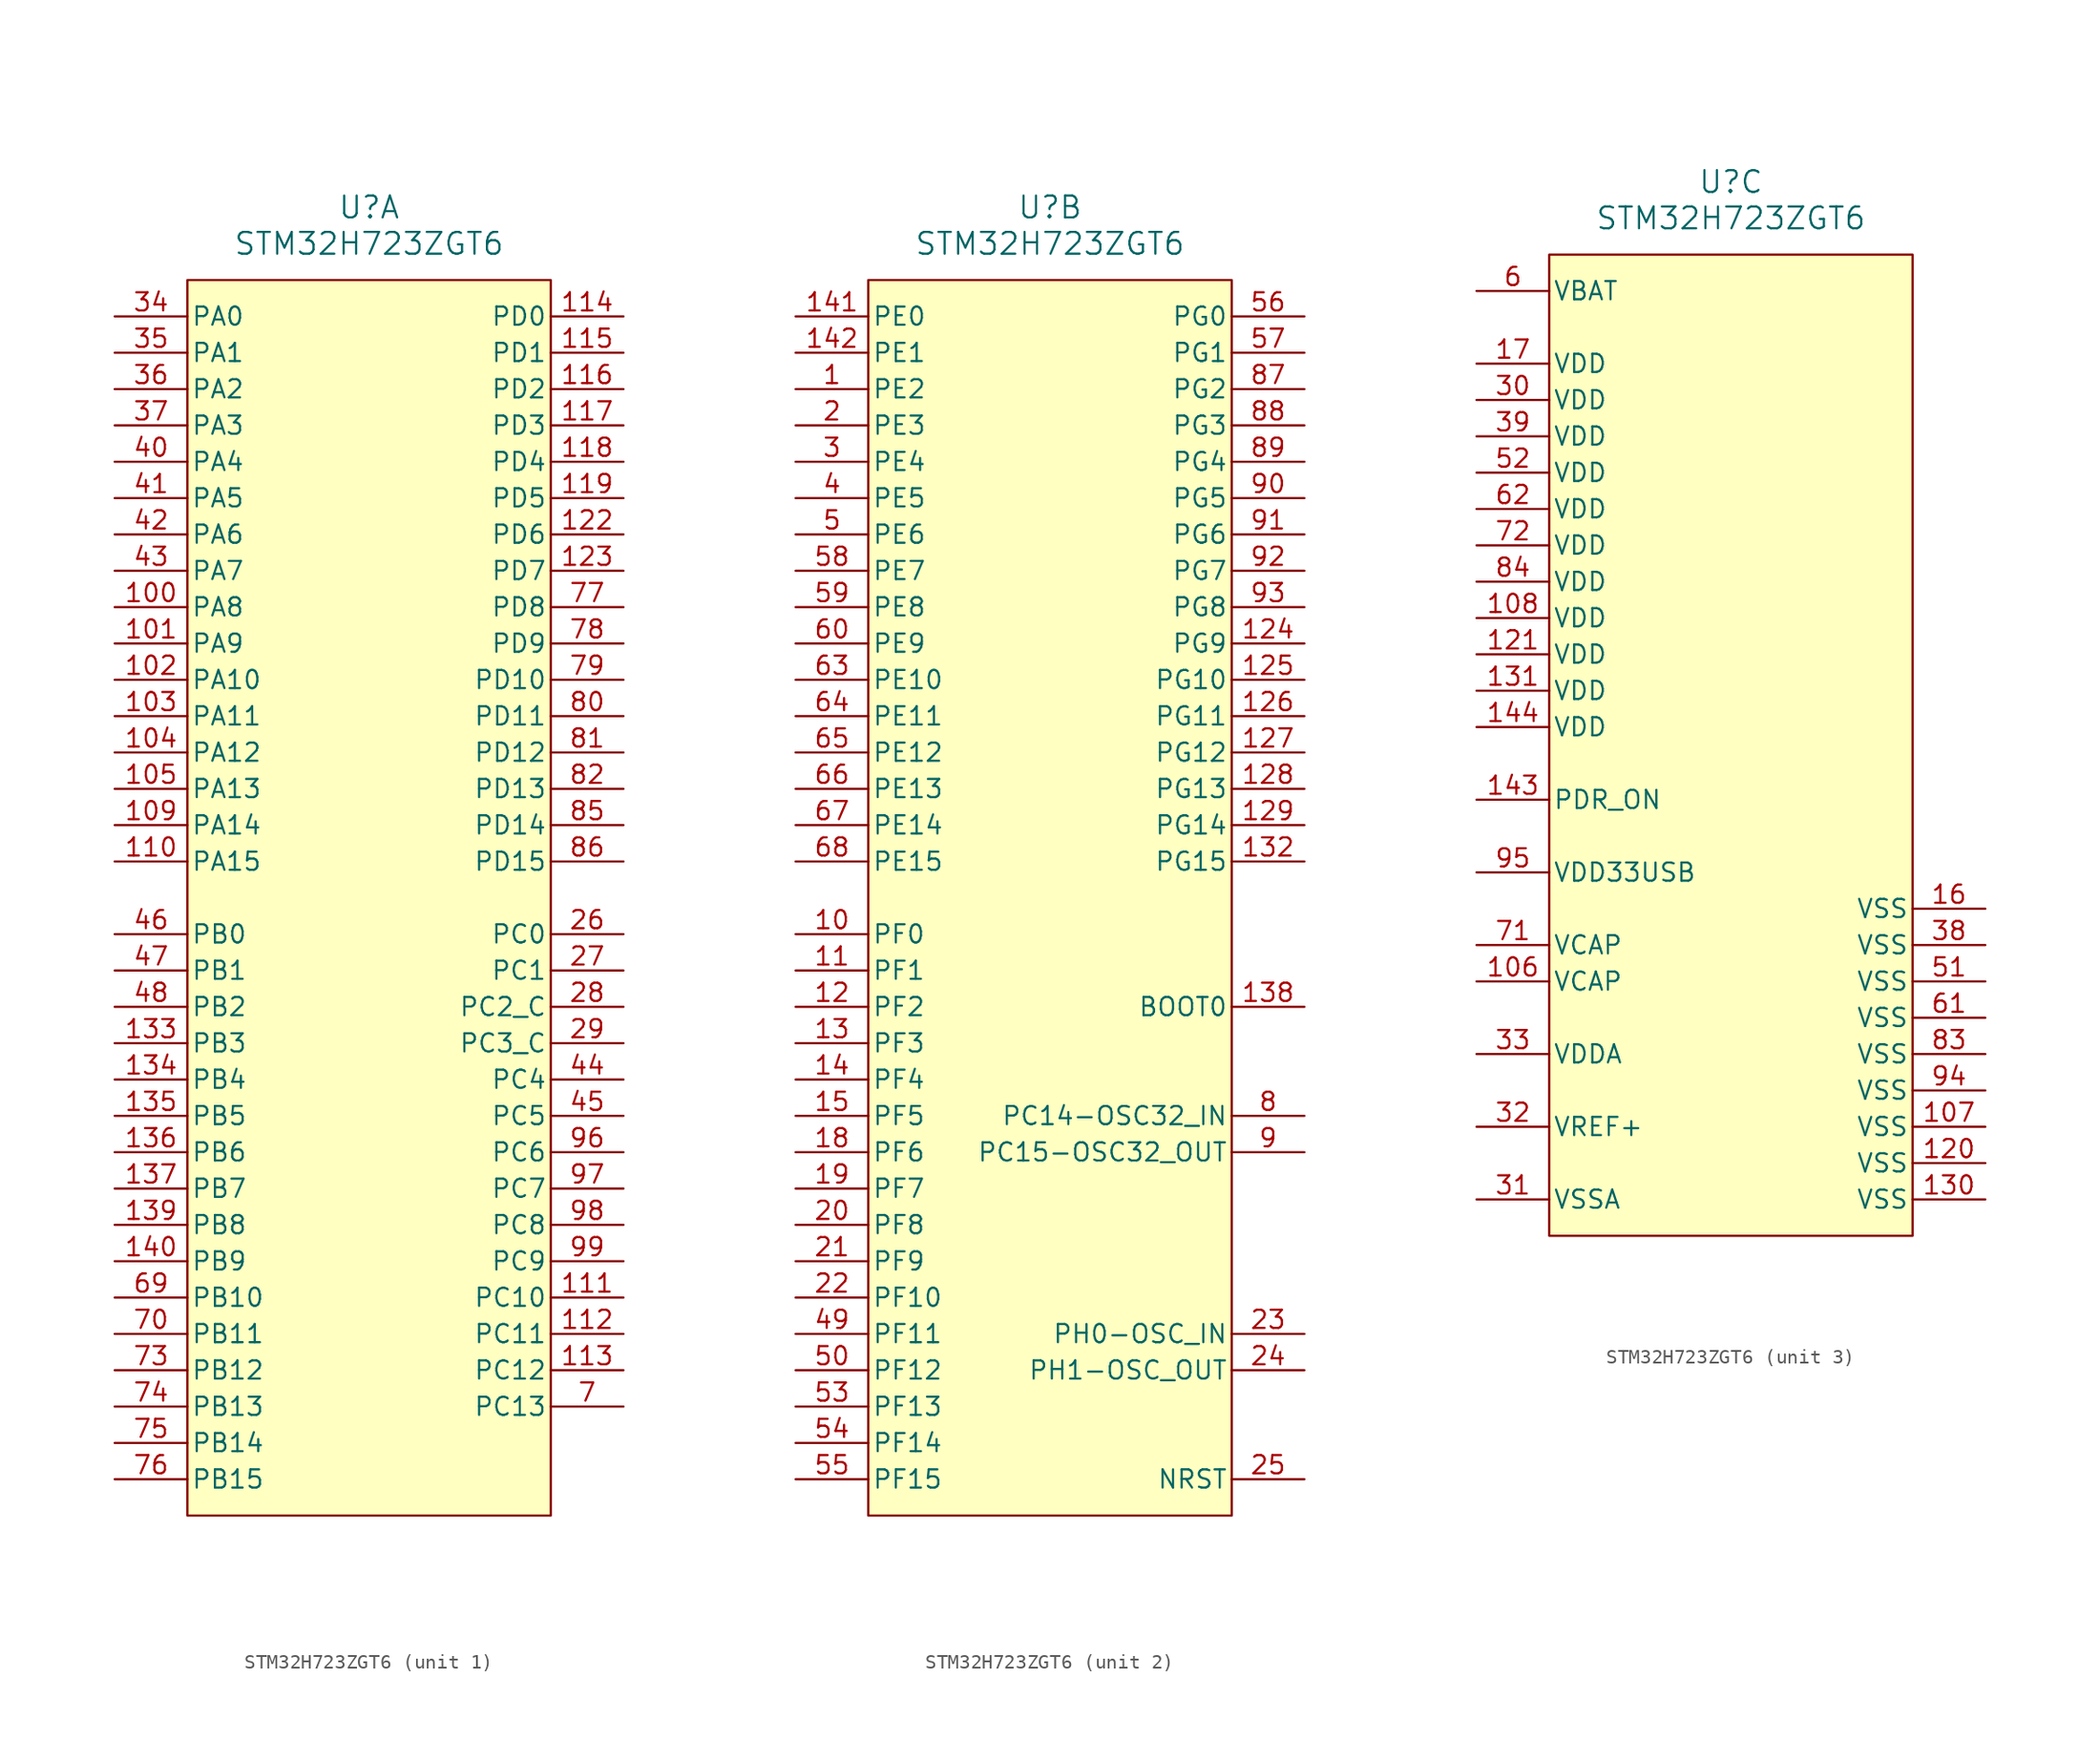
<source format=kicad_sym>
(kicad_symbol_lib
  (version 20220914)
  (generator kicad_symbol_editor)
  (symbol "STM32H723ZGT6"
    (pin_names
      (offset 0.254))
    (property "Reference" "U"
      (at 0 12.7 0)
      (effects (font (size 1.524 1.524))))
    (property "Value" "STM32H723ZGT6"
      (at 0 10.16 0)
      (effects (font (size 1.524 1.524))))
    (property "ki_locked" ""
      (at 0 0 0)
      (effects (font (size 1.27 1.27))))
    (symbol "STM32H723ZGT6_1_1"
      (rectangle (start -12.7 7.62) (end 12.7 -78.74) (stroke (width 0) (type default)) (fill (type background)))
      (pin bidirectional line (at -17.78 -15.24 0) (length 5.08) (name "PA8" (effects (font (size 1.27 1.27)))) (number "100" (effects (font (size 1.27 1.27)))))
      (pin bidirectional line (at -17.78 -17.78 0) (length 5.08) (name "PA9" (effects (font (size 1.27 1.27)))) (number "101" (effects (font (size 1.27 1.27)))))
      (pin bidirectional line (at -17.78 -20.32 0) (length 5.08) (name "PA10" (effects (font (size 1.27 1.27)))) (number "102" (effects (font (size 1.27 1.27)))))
      (pin bidirectional line (at -17.78 -22.86 0) (length 5.08) (name "PA11" (effects (font (size 1.27 1.27)))) (number "103" (effects (font (size 1.27 1.27)))))
      (pin bidirectional line (at -17.78 -25.4 0) (length 5.08) (name "PA12" (effects (font (size 1.27 1.27)))) (number "104" (effects (font (size 1.27 1.27)))))
      (pin bidirectional line (at -17.78 -27.94 0) (length 5.08) (name "PA13" (effects (font (size 1.27 1.27)))) (number "105" (effects (font (size 1.27 1.27)))))
      (pin bidirectional line (at -17.78 -30.48 0) (length 5.08) (name "PA14" (effects (font (size 1.27 1.27)))) (number "109" (effects (font (size 1.27 1.27)))))
      (pin bidirectional line (at -17.78 -33.02 0) (length 5.08) (name "PA15" (effects (font (size 1.27 1.27)))) (number "110" (effects (font (size 1.27 1.27)))))
      (pin bidirectional line (at 17.78 -63.5 180) (length 5.08) (name "PC10" (effects (font (size 1.27 1.27)))) (number "111" (effects (font (size 1.27 1.27)))))
      (pin bidirectional line (at 17.78 -66.04 180) (length 5.08) (name "PC11" (effects (font (size 1.27 1.27)))) (number "112" (effects (font (size 1.27 1.27)))))
      (pin bidirectional line (at 17.78 -68.58 180) (length 5.08) (name "PC12" (effects (font (size 1.27 1.27)))) (number "113" (effects (font (size 1.27 1.27)))))
      (pin bidirectional line (at 17.78 5.08 180) (length 5.08) (name "PD0" (effects (font (size 1.27 1.27)))) (number "114" (effects (font (size 1.27 1.27)))))
      (pin bidirectional line (at 17.78 2.54 180) (length 5.08) (name "PD1" (effects (font (size 1.27 1.27)))) (number "115" (effects (font (size 1.27 1.27)))))
      (pin bidirectional line (at 17.78 0 180) (length 5.08) (name "PD2" (effects (font (size 1.27 1.27)))) (number "116" (effects (font (size 1.27 1.27)))))
      (pin bidirectional line (at 17.78 -2.54 180) (length 5.08) (name "PD3" (effects (font (size 1.27 1.27)))) (number "117" (effects (font (size 1.27 1.27)))))
      (pin bidirectional line (at 17.78 -5.08 180) (length 5.08) (name "PD4" (effects (font (size 1.27 1.27)))) (number "118" (effects (font (size 1.27 1.27)))))
      (pin bidirectional line (at 17.78 -7.62 180) (length 5.08) (name "PD5" (effects (font (size 1.27 1.27)))) (number "119" (effects (font (size 1.27 1.27)))))
      (pin bidirectional line (at 17.78 -10.16 180) (length 5.08) (name "PD6" (effects (font (size 1.27 1.27)))) (number "122" (effects (font (size 1.27 1.27)))))
      (pin bidirectional line (at 17.78 -12.7 180) (length 5.08) (name "PD7" (effects (font (size 1.27 1.27)))) (number "123" (effects (font (size 1.27 1.27)))))
      (pin bidirectional line (at -17.78 -45.72 0) (length 5.08) (name "PB3" (effects (font (size 1.27 1.27)))) (number "133" (effects (font (size 1.27 1.27)))))
      (pin bidirectional line (at -17.78 -48.26 0) (length 5.08) (name "PB4" (effects (font (size 1.27 1.27)))) (number "134" (effects (font (size 1.27 1.27)))))
      (pin bidirectional line (at -17.78 -50.8 0) (length 5.08) (name "PB5" (effects (font (size 1.27 1.27)))) (number "135" (effects (font (size 1.27 1.27)))))
      (pin bidirectional line (at -17.78 -53.34 0) (length 5.08) (name "PB6" (effects (font (size 1.27 1.27)))) (number "136" (effects (font (size 1.27 1.27)))))
      (pin bidirectional line (at -17.78 -55.88 0) (length 5.08) (name "PB7" (effects (font (size 1.27 1.27)))) (number "137" (effects (font (size 1.27 1.27)))))
      (pin bidirectional line (at -17.78 -58.42 0) (length 5.08) (name "PB8" (effects (font (size 1.27 1.27)))) (number "139" (effects (font (size 1.27 1.27)))))
      (pin bidirectional line (at -17.78 -60.96 0) (length 5.08) (name "PB9" (effects (font (size 1.27 1.27)))) (number "140" (effects (font (size 1.27 1.27)))))
      (pin bidirectional line (at 17.78 -38.1 180) (length 5.08) (name "PC0" (effects (font (size 1.27 1.27)))) (number "26" (effects (font (size 1.27 1.27)))))
      (pin bidirectional line (at 17.78 -40.64 180) (length 5.08) (name "PC1" (effects (font (size 1.27 1.27)))) (number "27" (effects (font (size 1.27 1.27)))))
      (pin bidirectional line (at 17.78 -43.18 180) (length 5.08) (name "PC2_C" (effects (font (size 1.27 1.27)))) (number "28" (effects (font (size 1.27 1.27)))))
      (pin bidirectional line (at 17.78 -45.72 180) (length 5.08) (name "PC3_C" (effects (font (size 1.27 1.27)))) (number "29" (effects (font (size 1.27 1.27)))))
      (pin bidirectional line (at -17.78 5.08 0) (length 5.08) (name "PA0" (effects (font (size 1.27 1.27)))) (number "34" (effects (font (size 1.27 1.27)))))
      (pin bidirectional line (at -17.78 2.54 0) (length 5.08) (name "PA1" (effects (font (size 1.27 1.27)))) (number "35" (effects (font (size 1.27 1.27)))))
      (pin bidirectional line (at -17.78 0 0) (length 5.08) (name "PA2" (effects (font (size 1.27 1.27)))) (number "36" (effects (font (size 1.27 1.27)))))
      (pin bidirectional line (at -17.78 -2.54 0) (length 5.08) (name "PA3" (effects (font (size 1.27 1.27)))) (number "37" (effects (font (size 1.27 1.27)))))
      (pin bidirectional line (at -17.78 -5.08 0) (length 5.08) (name "PA4" (effects (font (size 1.27 1.27)))) (number "40" (effects (font (size 1.27 1.27)))))
      (pin bidirectional line (at -17.78 -7.62 0) (length 5.08) (name "PA5" (effects (font (size 1.27 1.27)))) (number "41" (effects (font (size 1.27 1.27)))))
      (pin bidirectional line (at -17.78 -10.16 0) (length 5.08) (name "PA6" (effects (font (size 1.27 1.27)))) (number "42" (effects (font (size 1.27 1.27)))))
      (pin bidirectional line (at -17.78 -12.7 0) (length 5.08) (name "PA7" (effects (font (size 1.27 1.27)))) (number "43" (effects (font (size 1.27 1.27)))))
      (pin bidirectional line (at 17.78 -48.26 180) (length 5.08) (name "PC4" (effects (font (size 1.27 1.27)))) (number "44" (effects (font (size 1.27 1.27)))))
      (pin bidirectional line (at 17.78 -50.8 180) (length 5.08) (name "PC5" (effects (font (size 1.27 1.27)))) (number "45" (effects (font (size 1.27 1.27)))))
      (pin bidirectional line (at -17.78 -38.1 0) (length 5.08) (name "PB0" (effects (font (size 1.27 1.27)))) (number "46" (effects (font (size 1.27 1.27)))))
      (pin bidirectional line (at -17.78 -40.64 0) (length 5.08) (name "PB1" (effects (font (size 1.27 1.27)))) (number "47" (effects (font (size 1.27 1.27)))))
      (pin bidirectional line (at -17.78 -43.18 0) (length 5.08) (name "PB2" (effects (font (size 1.27 1.27)))) (number "48" (effects (font (size 1.27 1.27)))))
      (pin bidirectional line (at -17.78 -63.5 0) (length 5.08) (name "PB10" (effects (font (size 1.27 1.27)))) (number "69" (effects (font (size 1.27 1.27)))))
      (pin bidirectional line (at 17.78 -71.12 180) (length 5.08) (name "PC13" (effects (font (size 1.27 1.27)))) (number "7" (effects (font (size 1.27 1.27)))))
      (pin bidirectional line (at -17.78 -66.04 0) (length 5.08) (name "PB11" (effects (font (size 1.27 1.27)))) (number "70" (effects (font (size 1.27 1.27)))))
      (pin bidirectional line (at -17.78 -68.58 0) (length 5.08) (name "PB12" (effects (font (size 1.27 1.27)))) (number "73" (effects (font (size 1.27 1.27)))))
      (pin bidirectional line (at -17.78 -71.12 0) (length 5.08) (name "PB13" (effects (font (size 1.27 1.27)))) (number "74" (effects (font (size 1.27 1.27)))))
      (pin bidirectional line (at -17.78 -73.66 0) (length 5.08) (name "PB14" (effects (font (size 1.27 1.27)))) (number "75" (effects (font (size 1.27 1.27)))))
      (pin bidirectional line (at -17.78 -76.2 0) (length 5.08) (name "PB15" (effects (font (size 1.27 1.27)))) (number "76" (effects (font (size 1.27 1.27)))))
      (pin bidirectional line (at 17.78 -15.24 180) (length 5.08) (name "PD8" (effects (font (size 1.27 1.27)))) (number "77" (effects (font (size 1.27 1.27)))))
      (pin bidirectional line (at 17.78 -17.78 180) (length 5.08) (name "PD9" (effects (font (size 1.27 1.27)))) (number "78" (effects (font (size 1.27 1.27)))))
      (pin bidirectional line (at 17.78 -20.32 180) (length 5.08) (name "PD10" (effects (font (size 1.27 1.27)))) (number "79" (effects (font (size 1.27 1.27)))))
      (pin bidirectional line (at 17.78 -22.86 180) (length 5.08) (name "PD11" (effects (font (size 1.27 1.27)))) (number "80" (effects (font (size 1.27 1.27)))))
      (pin bidirectional line (at 17.78 -25.4 180) (length 5.08) (name "PD12" (effects (font (size 1.27 1.27)))) (number "81" (effects (font (size 1.27 1.27)))))
      (pin bidirectional line (at 17.78 -27.94 180) (length 5.08) (name "PD13" (effects (font (size 1.27 1.27)))) (number "82" (effects (font (size 1.27 1.27)))))
      (pin bidirectional line (at 17.78 -30.48 180) (length 5.08) (name "PD14" (effects (font (size 1.27 1.27)))) (number "85" (effects (font (size 1.27 1.27)))))
      (pin bidirectional line (at 17.78 -33.02 180) (length 5.08) (name "PD15" (effects (font (size 1.27 1.27)))) (number "86" (effects (font (size 1.27 1.27)))))
      (pin bidirectional line (at 17.78 -53.34 180) (length 5.08) (name "PC6" (effects (font (size 1.27 1.27)))) (number "96" (effects (font (size 1.27 1.27)))))
      (pin bidirectional line (at 17.78 -55.88 180) (length 5.08) (name "PC7" (effects (font (size 1.27 1.27)))) (number "97" (effects (font (size 1.27 1.27)))))
      (pin bidirectional line (at 17.78 -58.42 180) (length 5.08) (name "PC8" (effects (font (size 1.27 1.27)))) (number "98" (effects (font (size 1.27 1.27)))))
      (pin bidirectional line (at 17.78 -60.96 180) (length 5.08) (name "PC9" (effects (font (size 1.27 1.27)))) (number "99" (effects (font (size 1.27 1.27))))))
    (symbol "STM32H723ZGT6_2_1"
      (rectangle (start -12.7 7.62) (end 12.7 -78.74) (stroke (width 0) (type default)) (fill (type background)))
      (pin bidirectional line (at -17.78 0 0) (length 5.08) (name "PE2" (effects (font (size 1.27 1.27)))) (number "1" (effects (font (size 1.27 1.27)))))
      (pin bidirectional line (at -17.78 -38.1 0) (length 5.08) (name "PF0" (effects (font (size 1.27 1.27)))) (number "10" (effects (font (size 1.27 1.27)))))
      (pin bidirectional line (at -17.78 -40.64 0) (length 5.08) (name "PF1" (effects (font (size 1.27 1.27)))) (number "11" (effects (font (size 1.27 1.27)))))
      (pin bidirectional line (at -17.78 -43.18 0) (length 5.08) (name "PF2" (effects (font (size 1.27 1.27)))) (number "12" (effects (font (size 1.27 1.27)))))
      (pin bidirectional line (at 17.78 -17.78 180) (length 5.08) (name "PG9" (effects (font (size 1.27 1.27)))) (number "124" (effects (font (size 1.27 1.27)))))
      (pin bidirectional line (at 17.78 -20.32 180) (length 5.08) (name "PG10" (effects (font (size 1.27 1.27)))) (number "125" (effects (font (size 1.27 1.27)))))
      (pin bidirectional line (at 17.78 -22.86 180) (length 5.08) (name "PG11" (effects (font (size 1.27 1.27)))) (number "126" (effects (font (size 1.27 1.27)))))
      (pin bidirectional line (at 17.78 -25.4 180) (length 5.08) (name "PG12" (effects (font (size 1.27 1.27)))) (number "127" (effects (font (size 1.27 1.27)))))
      (pin bidirectional line (at 17.78 -27.94 180) (length 5.08) (name "PG13" (effects (font (size 1.27 1.27)))) (number "128" (effects (font (size 1.27 1.27)))))
      (pin bidirectional line (at 17.78 -30.48 180) (length 5.08) (name "PG14" (effects (font (size 1.27 1.27)))) (number "129" (effects (font (size 1.27 1.27)))))
      (pin bidirectional line (at -17.78 -45.72 0) (length 5.08) (name "PF3" (effects (font (size 1.27 1.27)))) (number "13" (effects (font (size 1.27 1.27)))))
      (pin bidirectional line (at 17.78 -33.02 180) (length 5.08) (name "PG15" (effects (font (size 1.27 1.27)))) (number "132" (effects (font (size 1.27 1.27)))))
      (pin input line (at 17.78 -43.18 180) (length 5.08) (name "BOOT0" (effects (font (size 1.27 1.27)))) (number "138" (effects (font (size 1.27 1.27)))))
      (pin bidirectional line (at -17.78 -48.26 0) (length 5.08) (name "PF4" (effects (font (size 1.27 1.27)))) (number "14" (effects (font (size 1.27 1.27)))))
      (pin bidirectional line (at -17.78 5.08 0) (length 5.08) (name "PE0" (effects (font (size 1.27 1.27)))) (number "141" (effects (font (size 1.27 1.27)))))
      (pin bidirectional line (at -17.78 2.54 0) (length 5.08) (name "PE1" (effects (font (size 1.27 1.27)))) (number "142" (effects (font (size 1.27 1.27)))))
      (pin bidirectional line (at -17.78 -50.8 0) (length 5.08) (name "PF5" (effects (font (size 1.27 1.27)))) (number "15" (effects (font (size 1.27 1.27)))))
      (pin bidirectional line (at -17.78 -53.34 0) (length 5.08) (name "PF6" (effects (font (size 1.27 1.27)))) (number "18" (effects (font (size 1.27 1.27)))))
      (pin bidirectional line (at -17.78 -55.88 0) (length 5.08) (name "PF7" (effects (font (size 1.27 1.27)))) (number "19" (effects (font (size 1.27 1.27)))))
      (pin bidirectional line (at -17.78 -2.54 0) (length 5.08) (name "PE3" (effects (font (size 1.27 1.27)))) (number "2" (effects (font (size 1.27 1.27)))))
      (pin bidirectional line (at -17.78 -58.42 0) (length 5.08) (name "PF8" (effects (font (size 1.27 1.27)))) (number "20" (effects (font (size 1.27 1.27)))))
      (pin bidirectional line (at -17.78 -60.96 0) (length 5.08) (name "PF9" (effects (font (size 1.27 1.27)))) (number "21" (effects (font (size 1.27 1.27)))))
      (pin bidirectional line (at -17.78 -63.5 0) (length 5.08) (name "PF10" (effects (font (size 1.27 1.27)))) (number "22" (effects (font (size 1.27 1.27)))))
      (pin bidirectional line (at 17.78 -66.04 180) (length 5.08) (name "PH0-OSC_IN" (effects (font (size 1.27 1.27)))) (number "23" (effects (font (size 1.27 1.27)))))
      (pin bidirectional line (at 17.78 -68.58 180) (length 5.08) (name "PH1-OSC_OUT" (effects (font (size 1.27 1.27)))) (number "24" (effects (font (size 1.27 1.27)))))
      (pin bidirectional line (at 17.78 -76.2 180) (length 5.08) (name "NRST" (effects (font (size 1.27 1.27)))) (number "25" (effects (font (size 1.27 1.27)))))
      (pin bidirectional line (at -17.78 -5.08 0) (length 5.08) (name "PE4" (effects (font (size 1.27 1.27)))) (number "3" (effects (font (size 1.27 1.27)))))
      (pin bidirectional line (at -17.78 -7.62 0) (length 5.08) (name "PE5" (effects (font (size 1.27 1.27)))) (number "4" (effects (font (size 1.27 1.27)))))
      (pin bidirectional line (at -17.78 -66.04 0) (length 5.08) (name "PF11" (effects (font (size 1.27 1.27)))) (number "49" (effects (font (size 1.27 1.27)))))
      (pin bidirectional line (at -17.78 -10.16 0) (length 5.08) (name "PE6" (effects (font (size 1.27 1.27)))) (number "5" (effects (font (size 1.27 1.27)))))
      (pin bidirectional line (at -17.78 -68.58 0) (length 5.08) (name "PF12" (effects (font (size 1.27 1.27)))) (number "50" (effects (font (size 1.27 1.27)))))
      (pin bidirectional line (at -17.78 -71.12 0) (length 5.08) (name "PF13" (effects (font (size 1.27 1.27)))) (number "53" (effects (font (size 1.27 1.27)))))
      (pin bidirectional line (at -17.78 -73.66 0) (length 5.08) (name "PF14" (effects (font (size 1.27 1.27)))) (number "54" (effects (font (size 1.27 1.27)))))
      (pin bidirectional line (at -17.78 -76.2 0) (length 5.08) (name "PF15" (effects (font (size 1.27 1.27)))) (number "55" (effects (font (size 1.27 1.27)))))
      (pin bidirectional line (at 17.78 5.08 180) (length 5.08) (name "PG0" (effects (font (size 1.27 1.27)))) (number "56" (effects (font (size 1.27 1.27)))))
      (pin bidirectional line (at 17.78 2.54 180) (length 5.08) (name "PG1" (effects (font (size 1.27 1.27)))) (number "57" (effects (font (size 1.27 1.27)))))
      (pin bidirectional line (at -17.78 -12.7 0) (length 5.08) (name "PE7" (effects (font (size 1.27 1.27)))) (number "58" (effects (font (size 1.27 1.27)))))
      (pin bidirectional line (at -17.78 -15.24 0) (length 5.08) (name "PE8" (effects (font (size 1.27 1.27)))) (number "59" (effects (font (size 1.27 1.27)))))
      (pin bidirectional line (at -17.78 -17.78 0) (length 5.08) (name "PE9" (effects (font (size 1.27 1.27)))) (number "60" (effects (font (size 1.27 1.27)))))
      (pin bidirectional line (at -17.78 -20.32 0) (length 5.08) (name "PE10" (effects (font (size 1.27 1.27)))) (number "63" (effects (font (size 1.27 1.27)))))
      (pin bidirectional line (at -17.78 -22.86 0) (length 5.08) (name "PE11" (effects (font (size 1.27 1.27)))) (number "64" (effects (font (size 1.27 1.27)))))
      (pin bidirectional line (at -17.78 -25.4 0) (length 5.08) (name "PE12" (effects (font (size 1.27 1.27)))) (number "65" (effects (font (size 1.27 1.27)))))
      (pin bidirectional line (at -17.78 -27.94 0) (length 5.08) (name "PE13" (effects (font (size 1.27 1.27)))) (number "66" (effects (font (size 1.27 1.27)))))
      (pin bidirectional line (at -17.78 -30.48 0) (length 5.08) (name "PE14" (effects (font (size 1.27 1.27)))) (number "67" (effects (font (size 1.27 1.27)))))
      (pin bidirectional line (at -17.78 -33.02 0) (length 5.08) (name "PE15" (effects (font (size 1.27 1.27)))) (number "68" (effects (font (size 1.27 1.27)))))
      (pin bidirectional line (at 17.78 -50.8 180) (length 5.08) (name "PC14-OSC32_IN" (effects (font (size 1.27 1.27)))) (number "8" (effects (font (size 1.27 1.27)))))
      (pin bidirectional line (at 17.78 0 180) (length 5.08) (name "PG2" (effects (font (size 1.27 1.27)))) (number "87" (effects (font (size 1.27 1.27)))))
      (pin bidirectional line (at 17.78 -2.54 180) (length 5.08) (name "PG3" (effects (font (size 1.27 1.27)))) (number "88" (effects (font (size 1.27 1.27)))))
      (pin bidirectional line (at 17.78 -5.08 180) (length 5.08) (name "PG4" (effects (font (size 1.27 1.27)))) (number "89" (effects (font (size 1.27 1.27)))))
      (pin bidirectional line (at 17.78 -53.34 180) (length 5.08) (name "PC15-OSC32_OUT" (effects (font (size 1.27 1.27)))) (number "9" (effects (font (size 1.27 1.27)))))
      (pin bidirectional line (at 17.78 -7.62 180) (length 5.08) (name "PG5" (effects (font (size 1.27 1.27)))) (number "90" (effects (font (size 1.27 1.27)))))
      (pin bidirectional line (at 17.78 -10.16 180) (length 5.08) (name "PG6" (effects (font (size 1.27 1.27)))) (number "91" (effects (font (size 1.27 1.27)))))
      (pin bidirectional line (at 17.78 -12.7 180) (length 5.08) (name "PG7" (effects (font (size 1.27 1.27)))) (number "92" (effects (font (size 1.27 1.27)))))
      (pin bidirectional line (at 17.78 -15.24 180) (length 5.08) (name "PG8" (effects (font (size 1.27 1.27)))) (number "93" (effects (font (size 1.27 1.27))))))
    (symbol "STM32H723ZGT6_3_1"
      (rectangle (start -12.7 7.62) (end 12.7 -60.96) (stroke (width 0) (type default)) (fill (type background)))
      (pin power_in line (at -17.78 -43.18 0) (length 5.08) (name "VCAP" (effects (font (size 1.27 1.27)))) (number "106" (effects (font (size 1.27 1.27)))))
      (pin power_out line (at 17.78 -53.34 180) (length 5.08) (name "VSS" (effects (font (size 1.27 1.27)))) (number "107" (effects (font (size 1.27 1.27)))))
      (pin power_in line (at -17.78 -17.78 0) (length 5.08) (name "VDD" (effects (font (size 1.27 1.27)))) (number "108" (effects (font (size 1.27 1.27)))))
      (pin power_out line (at 17.78 -55.88 180) (length 5.08) (name "VSS" (effects (font (size 1.27 1.27)))) (number "120" (effects (font (size 1.27 1.27)))))
      (pin power_in line (at -17.78 -20.32 0) (length 5.08) (name "VDD" (effects (font (size 1.27 1.27)))) (number "121" (effects (font (size 1.27 1.27)))))
      (pin power_out line (at 17.78 -58.42 180) (length 5.08) (name "VSS" (effects (font (size 1.27 1.27)))) (number "130" (effects (font (size 1.27 1.27)))))
      (pin power_in line (at -17.78 -22.86 0) (length 5.08) (name "VDD" (effects (font (size 1.27 1.27)))) (number "131" (effects (font (size 1.27 1.27)))))
      (pin power_in line (at -17.78 -30.48 0) (length 5.08) (name "PDR_ON" (effects (font (size 1.27 1.27)))) (number "143" (effects (font (size 1.27 1.27)))))
      (pin power_in line (at -17.78 -25.4 0) (length 5.08) (name "VDD" (effects (font (size 1.27 1.27)))) (number "144" (effects (font (size 1.27 1.27)))))
      (pin power_out line (at 17.78 -38.1 180) (length 5.08) (name "VSS" (effects (font (size 1.27 1.27)))) (number "16" (effects (font (size 1.27 1.27)))))
      (pin power_in line (at -17.78 0 0) (length 5.08) (name "VDD" (effects (font (size 1.27 1.27)))) (number "17" (effects (font (size 1.27 1.27)))))
      (pin power_in line (at -17.78 -2.54 0) (length 5.08) (name "VDD" (effects (font (size 1.27 1.27)))) (number "30" (effects (font (size 1.27 1.27)))))
      (pin power_out line (at -17.78 -58.42 0) (length 5.08) (name "VSSA" (effects (font (size 1.27 1.27)))) (number "31" (effects (font (size 1.27 1.27)))))
      (pin power_in line (at -17.78 -53.34 0) (length 5.08) (name "VREF+" (effects (font (size 1.27 1.27)))) (number "32" (effects (font (size 1.27 1.27)))))
      (pin power_in line (at -17.78 -48.26 0) (length 5.08) (name "VDDA" (effects (font (size 1.27 1.27)))) (number "33" (effects (font (size 1.27 1.27)))))
      (pin power_out line (at 17.78 -40.64 180) (length 5.08) (name "VSS" (effects (font (size 1.27 1.27)))) (number "38" (effects (font (size 1.27 1.27)))))
      (pin power_in line (at -17.78 -5.08 0) (length 5.08) (name "VDD" (effects (font (size 1.27 1.27)))) (number "39" (effects (font (size 1.27 1.27)))))
      (pin power_out line (at 17.78 -43.18 180) (length 5.08) (name "VSS" (effects (font (size 1.27 1.27)))) (number "51" (effects (font (size 1.27 1.27)))))
      (pin power_in line (at -17.78 -7.62 0) (length 5.08) (name "VDD" (effects (font (size 1.27 1.27)))) (number "52" (effects (font (size 1.27 1.27)))))
      (pin power_in line (at -17.78 5.08 0) (length 5.08) (name "VBAT" (effects (font (size 1.27 1.27)))) (number "6" (effects (font (size 1.27 1.27)))))
      (pin power_out line (at 17.78 -45.72 180) (length 5.08) (name "VSS" (effects (font (size 1.27 1.27)))) (number "61" (effects (font (size 1.27 1.27)))))
      (pin power_in line (at -17.78 -10.16 0) (length 5.08) (name "VDD" (effects (font (size 1.27 1.27)))) (number "62" (effects (font (size 1.27 1.27)))))
      (pin power_in line (at -17.78 -40.64 0) (length 5.08) (name "VCAP" (effects (font (size 1.27 1.27)))) (number "71" (effects (font (size 1.27 1.27)))))
      (pin power_in line (at -17.78 -12.7 0) (length 5.08) (name "VDD" (effects (font (size 1.27 1.27)))) (number "72" (effects (font (size 1.27 1.27)))))
      (pin power_out line (at 17.78 -48.26 180) (length 5.08) (name "VSS" (effects (font (size 1.27 1.27)))) (number "83" (effects (font (size 1.27 1.27)))))
      (pin power_in line (at -17.78 -15.24 0) (length 5.08) (name "VDD" (effects (font (size 1.27 1.27)))) (number "84" (effects (font (size 1.27 1.27)))))
      (pin power_out line (at 17.78 -50.8 180) (length 5.08) (name "VSS" (effects (font (size 1.27 1.27)))) (number "94" (effects (font (size 1.27 1.27)))))
      (pin power_in line (at -17.78 -35.56 0) (length 5.08) (name "VDD33USB" (effects (font (size 1.27 1.27)))) (number "95" (effects (font (size 1.27 1.27))))))))
</source>
